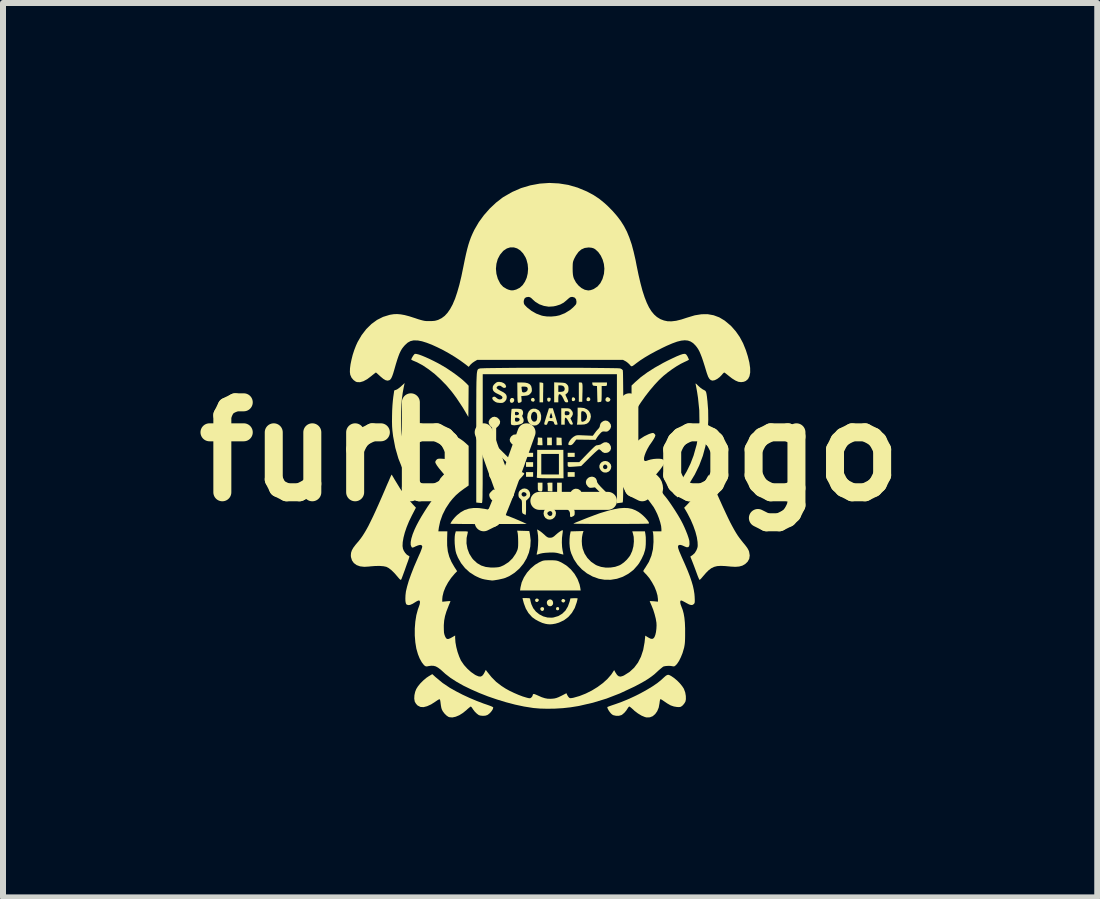
<source format=kicad_pcb>
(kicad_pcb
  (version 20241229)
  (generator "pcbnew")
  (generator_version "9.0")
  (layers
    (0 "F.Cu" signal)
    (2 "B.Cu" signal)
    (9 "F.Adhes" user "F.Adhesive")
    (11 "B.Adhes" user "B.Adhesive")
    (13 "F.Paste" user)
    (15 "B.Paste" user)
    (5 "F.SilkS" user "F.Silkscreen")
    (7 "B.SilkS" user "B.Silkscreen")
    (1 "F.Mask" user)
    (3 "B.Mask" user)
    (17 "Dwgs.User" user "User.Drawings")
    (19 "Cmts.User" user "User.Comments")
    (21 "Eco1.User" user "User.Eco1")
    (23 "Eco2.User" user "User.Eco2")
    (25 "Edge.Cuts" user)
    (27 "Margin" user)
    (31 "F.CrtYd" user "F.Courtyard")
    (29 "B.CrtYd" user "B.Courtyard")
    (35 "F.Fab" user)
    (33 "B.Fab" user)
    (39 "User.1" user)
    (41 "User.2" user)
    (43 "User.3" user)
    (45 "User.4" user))
  (footprint "furby_logo"
    (layer "F.Cu")
    (at 6.121 4.479)
    (property "Reference" "furby_logo" (at 0 0 0) (layer "F.SilkS") (effects (font (size 1.5 1.5) (thickness 0.3))))
    (attr board_only exclude_from_pos_files exclude_from_bom)
    (fp_poly (pts (xy -0.283 0.054) (xy -0.283 0.088) (xy -0.347 0.088) (xy -0.41 0.088) (xy -0.41 0.054) (xy -0.41 0.02) (xy -0.347 0.02) (xy -0.283 0.02)) (stroke (width 0) (type solid)) (fill yes) (layer "F.SilkS"))
    (fp_poly (pts (xy -0.283 0.215) (xy -0.283 0.254) (xy -0.342 0.254) (xy -0.401 0.254) (xy -0.401 0.215) (xy -0.401 0.176) (xy -0.342 0.176) (xy -0.283 0.176)) (stroke (width 0) (type solid)) (fill yes) (layer "F.SilkS"))
    (fp_poly (pts (xy -0.283 0.381) (xy -0.283 0.42) (xy -0.342 0.42) (xy -0.401 0.42) (xy -0.401 0.381) (xy -0.401 0.342) (xy -0.342 0.342) (xy -0.283 0.342)) (stroke (width 0) (type solid)) (fill yes) (layer "F.SilkS"))
    (fp_poly (pts (xy 0.029 -0.171) (xy 0.029 -0.107) (xy -0.01 -0.107) (xy -0.049 -0.107) (xy -0.049 -0.171) (xy -0.049 -0.234) (xy -0.01 -0.234) (xy 0.029 -0.234)) (stroke (width 0) (type solid)) (fill yes) (layer "F.SilkS"))
    (fp_poly (pts (xy 0.149 -0.233) (xy 0.191 -0.23) (xy 0.193 -0.169) (xy 0.196 -0.107) (xy 0.152 -0.107) (xy 0.107 -0.107) (xy 0.107 -0.172) (xy 0.107 -0.236)) (stroke (width 0) (type solid)) (fill yes) (layer "F.SilkS"))
    (fp_poly (pts (xy 0.41 0.054) (xy 0.41 0.088) (xy 0.352 0.088) (xy 0.293 0.088) (xy 0.293 0.054) (xy 0.293 0.02) (xy 0.352 0.02) (xy 0.41 0.02)) (stroke (width 0) (type solid)) (fill yes) (layer "F.SilkS"))
    (fp_poly (pts (xy 0.41 0.381) (xy 0.41 0.42) (xy 0.352 0.42) (xy 0.293 0.42) (xy 0.293 0.381) (xy 0.293 0.342) (xy 0.352 0.342) (xy 0.41 0.342)) (stroke (width 0) (type solid)) (fill yes) (layer "F.SilkS"))
    (fp_poly (pts (xy 0.147 2.599) (xy 0.151 2.618) (xy 0.146 2.638) (xy 0.129 2.646) (xy 0.109 2.642) (xy 0.101 2.633) (xy 0.099 2.609) (xy 0.111 2.594) (xy 0.129 2.591)) (stroke (width 0) (type solid)) (fill yes) (layer "F.SilkS"))
    (fp_poly (pts (xy -0.277 -0.894) (xy -0.268 -0.889) (xy -0.257 -0.869) (xy -0.258 -0.849) (xy -0.272 -0.834) (xy -0.279 -0.832) (xy -0.302 -0.837) (xy -0.312 -0.844) (xy -0.32 -0.865) (xy -0.313 -0.884) (xy -0.298 -0.895)) (stroke (width 0) (type solid)) (fill yes) (layer "F.SilkS"))
    (fp_poly (pts (xy -0.207 2.452) (xy -0.199 2.457) (xy -0.187 2.471) (xy -0.191 2.487) (xy -0.192 2.488) (xy -0.21 2.506) (xy -0.231 2.507) (xy -0.243 2.498) (xy -0.251 2.477) (xy -0.244 2.46) (xy -0.228 2.45)) (stroke (width 0) (type solid)) (fill yes) (layer "F.SilkS"))
    (fp_poly (pts (xy 0.657 -0.9) (xy 0.67 -0.88) (xy 0.669 -0.86) (xy 0.656 -0.845) (xy 0.636 -0.84) (xy 0.616 -0.845) (xy 0.61 -0.85) (xy 0.607 -0.87) (xy 0.613 -0.892) (xy 0.626 -0.906) (xy 0.634 -0.909)) (stroke (width 0) (type solid)) (fill yes) (layer "F.SilkS"))
    (fp_poly (pts (xy -0.603 -0.881) (xy -0.597 -0.86) (xy -0.604 -0.836) (xy -0.611 -0.826) (xy -0.634 -0.812) (xy -0.656 -0.817) (xy -0.664 -0.825) (xy -0.672 -0.848) (xy -0.666 -0.873) (xy -0.651 -0.891) (xy -0.644 -0.894) (xy -0.62 -0.894)) (stroke (width 0) (type solid)) (fill yes) (layer "F.SilkS"))
    (fp_poly (pts (xy -0.118 2.594) (xy -0.103 2.606) (xy -0.1 2.626) (xy -0.107 2.645) (xy -0.124 2.656) (xy -0.132 2.657) (xy -0.148 2.651) (xy -0.154 2.646) (xy -0.164 2.625) (xy -0.159 2.606) (xy -0.143 2.594) (xy -0.119 2.593)) (stroke (width 0) (type solid)) (fill yes) (layer "F.SilkS"))
    (fp_poly (pts (xy 0.226 2.458) (xy 0.24 2.466) (xy 0.253 2.48) (xy 0.249 2.496) (xy 0.248 2.497) (xy 0.232 2.515) (xy 0.213 2.515) (xy 0.2 2.507) (xy 0.187 2.492) (xy 0.19 2.477) (xy 0.191 2.475) (xy 0.208 2.457)) (stroke (width 0) (type solid)) (fill yes) (layer "F.SilkS"))
    (fp_poly (pts (xy 0.396 -0.904) (xy 0.413 -0.89) (xy 0.418 -0.868) (xy 0.418 -0.865) (xy 0.408 -0.849) (xy 0.389 -0.841) (xy 0.371 -0.844) (xy 0.368 -0.846) (xy 0.362 -0.863) (xy 0.363 -0.886) (xy 0.372 -0.902) (xy 0.376 -0.905)) (stroke (width 0) (type solid)) (fill yes) (layer "F.SilkS"))
    (fp_poly (pts (xy -0.169 -0.233) (xy -0.132 -0.23) (xy -0.129 -0.169) (xy -0.126 -0.107) (xy -0.172 -0.107) (xy -0.199 -0.109) (xy -0.211 -0.113) (xy -0.211 -0.122) (xy -0.211 -0.123) (xy -0.208 -0.141) (xy -0.205 -0.171) (xy -0.205 -0.187) (xy -0.205 -0.236)) (stroke (width 0) (type solid)) (fill yes) (layer "F.SilkS"))
    (fp_poly (pts (xy -0.127 0.591) (xy -0.128 0.631) (xy -0.132 0.654) (xy -0.143 0.664) (xy -0.163 0.663) (xy -0.188 0.658) (xy -0.197 0.652) (xy -0.203 0.638) (xy -0.205 0.612) (xy -0.205 0.585) (xy -0.205 0.518) (xy -0.166 0.518) (xy -0.127 0.518)) (stroke (width 0) (type solid)) (fill yes) (layer "F.SilkS"))
    (fp_poly (pts (xy 0.002 -0.896) (xy 0.009 -0.885) (xy 0.01 -0.876) (xy 0.005 -0.853) (xy -0.002 -0.842) (xy -0.015 -0.832) (xy -0.029 -0.834) (xy -0.037 -0.837) (xy -0.045 -0.849) (xy -0.049 -0.87) (xy -0.046 -0.89) (xy -0.035 -0.898) (xy -0.02 -0.899)) (stroke (width 0) (type solid)) (fill yes) (layer "F.SilkS"))
    (fp_poly (pts (xy 0.015 2.466) (xy 0.036 2.48) (xy 0.049 2.506) (xy 0.05 2.536) (xy 0.045 2.551) (xy 0.026 2.572) (xy -0.001 2.579) (xy -0.028 2.571) (xy -0.044 2.555) (xy -0.055 2.525) (xy -0.051 2.496) (xy -0.034 2.475) (xy -0.007 2.464)) (stroke (width 0) (type solid)) (fill yes) (layer "F.SilkS"))
    (fp_poly (pts (xy 0.039 0.591) (xy 0.039 0.665) (xy 0 0.663) (xy -0.039 0.66) (xy -0.039 0.605) (xy -0.04 0.571) (xy -0.043 0.544) (xy -0.045 0.533) (xy -0.045 0.524) (xy -0.034 0.519) (xy -0.008 0.518) (xy -0.006 0.518) (xy 0.039 0.518)) (stroke (width 0) (type solid)) (fill yes) (layer "F.SilkS"))
    (fp_poly (pts (xy 0.977 -0.902) (xy 0.996 -0.888) (xy 1.006 -0.871) (xy 1.006 -0.87) (xy 0.998 -0.846) (xy 0.979 -0.832) (xy 0.954 -0.83) (xy 0.932 -0.841) (xy 0.928 -0.845) (xy 0.922 -0.866) (xy 0.928 -0.888) (xy 0.943 -0.905) (xy 0.956 -0.909)) (stroke (width 0) (type solid)) (fill yes) (layer "F.SilkS"))
    (fp_poly (pts (xy -0.144 -1.151) (xy -0.122 -1.146) (xy -0.113 -1.136) (xy -0.113 -1.136) (xy -0.114 -1.122) (xy -0.114 -1.093) (xy -0.115 -1.051) (xy -0.115 -1.001) (xy -0.116 -0.972) (xy -0.117 -0.821) (xy -0.147 -0.821) (xy -0.176 -0.821) (xy -0.176 -0.987) (xy -0.176 -1.154)) (stroke (width 0) (type solid)) (fill yes) (layer "F.SilkS"))
    (fp_poly (pts (xy 0.52 -1.152) (xy 0.529 -1.148) (xy 0.535 -1.139) (xy 0.539 -1.121) (xy 0.541 -1.093) (xy 0.541 -1.051) (xy 0.54 -0.993) (xy 0.539 -0.97) (xy 0.536 -0.83) (xy 0.507 -0.83) (xy 0.479 -0.83) (xy 0.479 -0.992) (xy 0.479 -1.153) (xy 0.507 -1.153)) (stroke (width 0) (type solid)) (fill yes) (layer "F.SilkS"))
    (fp_poly (pts (xy 0.049 1.812) (xy 0.084 1.814) (xy 0.111 1.818) (xy 0.136 1.825) (xy 0.164 1.837) (xy 0.186 1.847) (xy 0.269 1.897) (xy 0.344 1.962) (xy 0.407 2.038) (xy 0.457 2.123) (xy 0.491 2.213) (xy 0.503 2.269) (xy 0.51 2.315) (xy 0.005 2.315) (xy -0.501 2.315) (xy -0.494 2.266) (xy -0.474 2.181) (xy -0.437 2.098) (xy -0.385 2.018) (xy -0.322 1.947) (xy -0.251 1.887) (xy -0.186 1.848) (xy -0.154 1.833) (xy -0.129 1.822) (xy -0.105 1.816) (xy -0.076 1.813) (xy -0.038 1.812) (xy -0.001 1.812)) (stroke (width 0) (type solid)) (fill yes) (layer "F.SilkS"))
    (fp_poly (pts (xy 0.195 0.638) (xy 0.195 0.757) (xy 0.303 0.865) (xy 0.344 0.905) (xy 0.372 0.935) (xy 0.391 0.957) (xy 0.403 0.974) (xy 0.408 0.989) (xy 0.41 1.004) (xy 0.41 1.018) (xy 0.409 1.047) (xy 0.402 1.064) (xy 0.388 1.076) (xy 0.381 1.079) (xy 0.354 1.091) (xy 0.34 1.09) (xy 0.333 1.074) (xy 0.332 1.047) (xy 0.332 1.029) (xy 0.329 1.014) (xy 0.323 0.999) (xy 0.31 0.982) (xy 0.289 0.959) (xy 0.258 0.927) (xy 0.225 0.895) (xy 0.117 0.79) (xy 0.117 0.654) (xy 0.117 0.518) (xy 0.156 0.518) (xy 0.195 0.518)) (stroke (width 0) (type solid)) (fill yes) (layer "F.SilkS"))
    (fp_poly (pts (xy 0.948 -1.123) (xy 0.946 -1.105) (xy 0.939 -1.097) (xy 0.92 -1.094) (xy 0.904 -1.094) (xy 0.86 -1.094) (xy 0.86 -0.962) (xy 0.859 -0.906) (xy 0.858 -0.867) (xy 0.855 -0.843) (xy 0.85 -0.832) (xy 0.847 -0.83) (xy 0.829 -0.828) (xy 0.813 -0.824) (xy 0.796 -0.823) (xy 0.79 -0.827) (xy 0.789 -0.84) (xy 0.788 -0.867) (xy 0.787 -0.894) (xy 0.786 -0.936) (xy 0.785 -0.985) (xy 0.784 -1.023) (xy 0.782 -1.093) (xy 0.745 -1.096) (xy 0.72 -1.1) (xy 0.709 -1.11) (xy 0.705 -1.126) (xy 0.702 -1.153) (xy 0.825 -1.153) (xy 0.948 -1.153)) (stroke (width 0) (type solid)) (fill yes) (layer "F.SilkS"))
    (fp_poly (pts (xy 0.222 0.208) (xy 0.224 0.445) (xy 0.003 0.445) (xy -0.073 0.444) (xy -0.135 0.443) (xy -0.181 0.441) (xy -0.21 0.438) (xy -0.221 0.435) (xy -0.221 0.435) (xy -0.222 0.418) (xy -0.22 0.405) (xy -0.219 0.39) (xy -0.218 0.358) (xy -0.217 0.314) (xy -0.216 0.259) (xy -0.216 0.21) (xy -0.147 0.21) (xy -0.147 0.381) (xy 0 0.381) (xy 0.147 0.381) (xy 0.147 0.21) (xy 0.147 0.039) (xy 0 0.039) (xy -0.147 0.039) (xy -0.147 0.21) (xy -0.216 0.21) (xy -0.216 0.198) (xy -0.216 0.178) (xy -0.215 -0.029) (xy 0.003 -0.029) (xy 0.221 -0.029)) (stroke (width 0) (type solid)) (fill yes) (layer "F.SilkS"))
    (fp_poly (pts (xy -0.534 -0.276) (xy -0.523 -0.268) (xy -0.505 -0.256) (xy -0.49 -0.247) (xy -0.473 -0.237) (xy -0.446 -0.224) (xy -0.427 -0.215) (xy -0.397 -0.196) (xy -0.371 -0.172) (xy -0.353 -0.148) (xy -0.345 -0.126) (xy -0.347 -0.117) (xy -0.362 -0.109) (xy -0.385 -0.108) (xy -0.409 -0.114) (xy -0.421 -0.123) (xy -0.439 -0.139) (xy -0.46 -0.152) (xy -0.477 -0.159) (xy -0.491 -0.157) (xy -0.508 -0.142) (xy -0.513 -0.136) (xy -0.548 -0.112) (xy -0.586 -0.106) (xy -0.624 -0.119) (xy -0.646 -0.136) (xy -0.669 -0.17) (xy -0.673 -0.205) (xy -0.658 -0.241) (xy -0.646 -0.256) (xy -0.612 -0.281) (xy -0.574 -0.287)) (stroke (width 0) (type solid)) (fill yes) (layer "F.SilkS"))
    (fp_poly (pts (xy -1.187 0.941) (xy -1.089 0.955) (xy -0.978 0.98) (xy -0.918 0.997) (xy -0.859 1.016) (xy -0.787 1.041) (xy -0.709 1.071) (xy -0.628 1.102) (xy -0.551 1.134) (xy -0.482 1.164) (xy -0.465 1.171) (xy -0.389 1.206) (xy -1.025 1.208) (xy -1.134 1.208) (xy -1.238 1.208) (xy -1.334 1.207) (xy -1.42 1.207) (xy -1.496 1.206) (xy -1.56 1.205) (xy -1.609 1.205) (xy -1.643 1.204) (xy -1.659 1.203) (xy -1.661 1.202) (xy -1.654 1.185) (xy -1.638 1.159) (xy -1.614 1.127) (xy -1.586 1.094) (xy -1.557 1.065) (xy -1.552 1.06) (xy -1.49 1.011) (xy -1.424 0.974) (xy -1.353 0.951) (xy -1.275 0.94)) (stroke (width 0) (type solid)) (fill yes) (layer "F.SilkS"))
    (fp_poly (pts (xy 0.455 0.621) (xy 0.477 0.629) (xy 0.507 0.65) (xy 0.522 0.678) (xy 0.528 0.719) (xy 0.528 0.723) (xy 0.519 0.764) (xy 0.497 0.795) (xy 0.466 0.814) (xy 0.429 0.821) (xy 0.392 0.813) (xy 0.361 0.792) (xy 0.338 0.758) (xy 0.332 0.722) (xy 0.333 0.714) (xy 0.4 0.714) (xy 0.403 0.736) (xy 0.418 0.751) (xy 0.436 0.76) (xy 0.449 0.757) (xy 0.463 0.743) (xy 0.475 0.719) (xy 0.47 0.696) (xy 0.451 0.68) (xy 0.448 0.679) (xy 0.426 0.679) (xy 0.409 0.693) (xy 0.4 0.714) (xy 0.333 0.714) (xy 0.339 0.687) (xy 0.357 0.655) (xy 0.384 0.632) (xy 0.418 0.619)) (stroke (width 0) (type solid)) (fill yes) (layer "F.SilkS"))
    (fp_poly (pts (xy 0.735 0.426) (xy 0.763 0.448) (xy 0.779 0.481) (xy 0.782 0.501) (xy 0.788 0.518) (xy 0.806 0.544) (xy 0.838 0.58) (xy 0.869 0.612) (xy 0.957 0.7) (xy 0.957 0.793) (xy 0.957 0.887) (xy 0.927 0.898) (xy 0.903 0.905) (xy 0.888 0.909) (xy 0.887 0.909) (xy 0.883 0.899) (xy 0.881 0.875) (xy 0.88 0.84) (xy 0.88 0.82) (xy 0.882 0.731) (xy 0.815 0.663) (xy 0.748 0.596) (xy 0.702 0.602) (xy 0.672 0.604) (xy 0.652 0.6) (xy 0.634 0.586) (xy 0.626 0.578) (xy 0.602 0.543) (xy 0.596 0.506) (xy 0.606 0.47) (xy 0.633 0.439) (xy 0.661 0.424) (xy 0.699 0.417)) (stroke (width 0) (type solid)) (fill yes) (layer "F.SilkS"))
    (fp_poly (pts (xy -0.88 0.295) (xy -0.877 0.296) (xy -0.842 0.318) (xy -0.823 0.351) (xy -0.819 0.388) (xy -0.827 0.426) (xy -0.852 0.455) (xy -0.891 0.472) (xy -0.912 0.476) (xy -0.942 0.478) (xy -0.962 0.472) (xy -0.982 0.456) (xy -0.986 0.451) (xy -1.011 0.416) (xy -1.016 0.385) (xy -0.957 0.385) (xy -0.949 0.405) (xy -0.928 0.417) (xy -0.909 0.418) (xy -0.891 0.412) (xy -0.884 0.396) (xy -0.884 0.387) (xy -0.89 0.359) (xy -0.905 0.346) (xy -0.926 0.348) (xy -0.937 0.356) (xy -0.952 0.373) (xy -0.957 0.385) (xy -1.016 0.385) (xy -1.018 0.378) (xy -1.007 0.343) (xy -0.986 0.318) (xy -0.95 0.294) (xy -0.916 0.287)) (stroke (width 0) (type solid)) (fill yes) (layer "F.SilkS"))
    (fp_poly (pts (xy 0.04 0.945) (xy 0.072 0.969) (xy 0.093 1) (xy 0.098 1.027) (xy 0.09 1.069) (xy 0.068 1.102) (xy 0.037 1.125) (xy -0.000031 1.134) (xy -0.038 1.13) (xy -0.074 1.109) (xy -0.079 1.105) (xy -0.101 1.071) (xy -0.108 1.037) (xy -0.046 1.037) (xy -0.033 1.057) (xy -0.009 1.073) (xy 0.016 1.071) (xy 0.027 1.063) (xy 0.038 1.04) (xy 0.035 1.015) (xy 0.02 0.997) (xy 0.019 0.996) (xy -0.001 0.991) (xy -0.023 1) (xy -0.025 1.001) (xy -0.045 1.019) (xy -0.046 1.037) (xy -0.108 1.037) (xy -0.109 1.033) (xy -0.103 0.995) (xy -0.085 0.962) (xy -0.057 0.939) (xy -0.039 0.933) (xy 0.002 0.932)) (stroke (width 0) (type solid)) (fill yes) (layer "F.SilkS"))
    (fp_poly (pts (xy 0.956 0.163) (xy 0.985 0.181) (xy 1.011 0.212) (xy 1.02 0.247) (xy 1.015 0.282) (xy 0.999 0.313) (xy 0.973 0.336) (xy 0.939 0.349) (xy 0.9 0.348) (xy 0.883 0.342) (xy 0.863 0.329) (xy 0.842 0.308) (xy 0.842 0.307) (xy 0.823 0.272) (xy 0.823 0.263) (xy 0.882 0.263) (xy 0.892 0.282) (xy 0.913 0.293) (xy 0.918 0.293) (xy 0.939 0.286) (xy 0.947 0.279) (xy 0.956 0.257) (xy 0.95 0.236) (xy 0.935 0.22) (xy 0.915 0.216) (xy 0.901 0.221) (xy 0.885 0.24) (xy 0.882 0.263) (xy 0.823 0.263) (xy 0.821 0.237) (xy 0.833 0.205) (xy 0.855 0.179) (xy 0.885 0.162) (xy 0.92 0.156)) (stroke (width 0) (type solid)) (fill yes) (layer "F.SilkS"))
    (fp_poly (pts (xy -0.888 -0.571) (xy -0.881 -0.567) (xy -0.848 -0.537) (xy -0.833 -0.503) (xy -0.837 -0.467) (xy -0.86 -0.43) (xy -0.87 -0.42) (xy -0.899 -0.393) (xy -0.899 -0.248) (xy -0.899 -0.102) (xy -0.755 0.041) (xy -0.611 0.185) (xy -0.523 0.188) (xy -0.481 0.189) (xy -0.455 0.192) (xy -0.44 0.196) (xy -0.434 0.203) (xy -0.431 0.214) (xy -0.434 0.235) (xy -0.441 0.245) (xy -0.456 0.249) (xy -0.486 0.252) (xy -0.525 0.253) (xy -0.552 0.254) (xy -0.65 0.254) (xy -0.809 0.095) (xy -0.967 -0.065) (xy -0.967 -0.232) (xy -0.967 -0.399) (xy -0.996 -0.428) (xy -1.02 -0.463) (xy -1.025 -0.498) (xy -1.01 -0.533) (xy -0.999 -0.547) (xy -0.964 -0.574) (xy -0.927 -0.582)) (stroke (width 0) (type solid)) (fill yes) (layer "F.SilkS"))
    (fp_poly (pts (xy 2.248 -1.63) (xy 2.268 -1.62) (xy 2.287 -1.593) (xy 2.293 -1.583) (xy 2.305 -1.556) (xy 2.313 -1.538) (xy 2.315 -1.533) (xy 2.307 -1.527) (xy 2.285 -1.515) (xy 2.253 -1.5) (xy 2.24 -1.494) (xy 2.179 -1.464) (xy 2.109 -1.423) (xy 2.035 -1.374) (xy 1.961 -1.32) (xy 1.893 -1.265) (xy 1.888 -1.261) (xy 1.816 -1.194) (xy 1.74 -1.112) (xy 1.662 -1.02) (xy 1.585 -0.921) (xy 1.513 -0.819) (xy 1.447 -0.718) (xy 1.42 -0.671) (xy 1.358 -0.563) (xy 1.358 -0.832) (xy 1.358 -1.101) (xy 1.419 -1.159) (xy 1.512 -1.241) (xy 1.62 -1.32) (xy 1.744 -1.399) (xy 1.886 -1.479) (xy 1.954 -1.514) (xy 2.041 -1.556) (xy 2.112 -1.589) (xy 2.168 -1.612) (xy 2.211 -1.626) (xy 2.24 -1.63)) (stroke (width 0) (type solid)) (fill yes) (layer "F.SilkS"))
    (fp_poly (pts (xy -0.242 -0.714) (xy -0.232 -0.711) (xy -0.191 -0.69) (xy -0.165 -0.657) (xy -0.151 -0.609) (xy -0.149 -0.594) (xy -0.151 -0.539) (xy -0.167 -0.494) (xy -0.193 -0.46) (xy -0.228 -0.439) (xy -0.269 -0.434) (xy -0.31 -0.444) (xy -0.346 -0.47) (xy -0.37 -0.51) (xy -0.381 -0.563) (xy -0.381 -0.576) (xy -0.379 -0.592) (xy -0.318 -0.592) (xy -0.317 -0.557) (xy -0.306 -0.528) (xy -0.289 -0.507) (xy -0.268 -0.498) (xy -0.244 -0.503) (xy -0.23 -0.514) (xy -0.22 -0.535) (xy -0.215 -0.568) (xy -0.216 -0.603) (xy -0.223 -0.633) (xy -0.231 -0.646) (xy -0.256 -0.664) (xy -0.281 -0.662) (xy -0.302 -0.643) (xy -0.309 -0.629) (xy -0.318 -0.592) (xy -0.379 -0.592) (xy -0.374 -0.63) (xy -0.354 -0.672) (xy -0.324 -0.702) (xy -0.286 -0.716)) (stroke (width 0) (type solid)) (fill yes) (layer "F.SilkS"))
    (fp_poly (pts (xy -2.227 -1.628) (xy -2.187 -1.618) (xy -2.135 -1.599) (xy -2.075 -1.574) (xy -2.008 -1.544) (xy -1.937 -1.509) (xy -1.865 -1.472) (xy -1.795 -1.432) (xy -1.728 -1.392) (xy -1.695 -1.37) (xy -1.611 -1.313) (xy -1.534 -1.256) (xy -1.467 -1.203) (xy -1.413 -1.154) (xy -1.394 -1.136) (xy -1.358 -1.098) (xy -1.36 -0.838) (xy -1.363 -0.578) (xy -1.407 -0.653) (xy -1.454 -0.732) (xy -1.508 -0.814) (xy -1.562 -0.895) (xy -1.615 -0.967) (xy -1.641 -1.001) (xy -1.73 -1.106) (xy -1.826 -1.204) (xy -1.924 -1.294) (xy -2.025 -1.372) (xy -2.123 -1.438) (xy -2.218 -1.489) (xy -2.254 -1.504) (xy -2.285 -1.517) (xy -2.307 -1.528) (xy -2.315 -1.534) (xy -2.315 -1.534) (xy -2.309 -1.553) (xy -2.295 -1.579) (xy -2.279 -1.604) (xy -2.263 -1.623) (xy -2.253 -1.63)) (stroke (width 0) (type solid)) (fill yes) (layer "F.SilkS"))
    (fp_poly (pts (xy -0.457 0.346) (xy -0.436 0.358) (xy -0.43 0.37) (xy -0.437 0.381) (xy -0.455 0.404) (xy -0.484 0.436) (xy -0.521 0.476) (xy -0.564 0.52) (xy -0.594 0.55) (xy -0.647 0.602) (xy -0.688 0.643) (xy -0.72 0.672) (xy -0.744 0.692) (xy -0.761 0.705) (xy -0.775 0.711) (xy -0.786 0.713) (xy -0.787 0.713) (xy -0.808 0.715) (xy -0.819 0.726) (xy -0.829 0.75) (xy -0.829 0.752) (xy -0.842 0.781) (xy -0.858 0.803) (xy -0.862 0.806) (xy -0.896 0.819) (xy -0.936 0.819) (xy -0.972 0.806) (xy -0.982 0.799) (xy -1.003 0.769) (xy -1.013 0.74) (xy -1.015 0.717) (xy -1.009 0.699) (xy -0.993 0.678) (xy -0.983 0.668) (xy -0.947 0.633) (xy -0.874 0.64) (xy -0.802 0.646) (xy -0.652 0.494) (xy -0.608 0.45) (xy -0.567 0.41) (xy -0.533 0.378) (xy -0.507 0.355) (xy -0.491 0.343) (xy -0.488 0.342)) (stroke (width 0) (type solid)) (fill yes) (layer "F.SilkS"))
    (fp_poly (pts (xy 0.568 -0.726) (xy 0.616 -0.704) (xy 0.647 -0.676) (xy 0.673 -0.631) (xy 0.68 -0.582) (xy 0.668 -0.53) (xy 0.666 -0.525) (xy 0.644 -0.49) (xy 0.614 -0.466) (xy 0.571 -0.453) (xy 0.513 -0.449) (xy 0.513 -0.449) (xy 0.447 -0.449) (xy 0.453 -0.486) (xy 0.455 -0.511) (xy 0.457 -0.55) (xy 0.458 -0.586) (xy 0.518 -0.586) (xy 0.518 -0.545) (xy 0.519 -0.519) (xy 0.523 -0.505) (xy 0.529 -0.499) (xy 0.54 -0.498) (xy 0.543 -0.498) (xy 0.567 -0.505) (xy 0.591 -0.521) (xy 0.591 -0.522) (xy 0.61 -0.552) (xy 0.616 -0.587) (xy 0.609 -0.621) (xy 0.592 -0.65) (xy 0.566 -0.669) (xy 0.543 -0.674) (xy 0.531 -0.673) (xy 0.524 -0.669) (xy 0.52 -0.657) (xy 0.518 -0.634) (xy 0.518 -0.595) (xy 0.518 -0.586) (xy 0.458 -0.586) (xy 0.459 -0.596) (xy 0.459 -0.628) (xy 0.459 -0.733) (xy 0.508 -0.733)) (stroke (width 0) (type solid)) (fill yes) (layer "F.SilkS"))
    (fp_poly (pts (xy 0.973 -0.143) (xy 0.991 -0.126) (xy 1.012 -0.089) (xy 1.016 -0.052) (xy 1.004 -0.018) (xy 0.977 0.008) (xy 0.951 0.019) (xy 0.91 0.023) (xy 0.875 0.009) (xy 0.852 -0.014) (xy 0.833 -0.031) (xy 0.816 -0.039) (xy 0.815 -0.039) (xy 0.803 -0.032) (xy 0.78 -0.014) (xy 0.748 0.015) (xy 0.71 0.051) (xy 0.667 0.092) (xy 0.658 0.101) (xy 0.518 0.241) (xy 0.437 0.248) (xy 0.382 0.252) (xy 0.343 0.254) (xy 0.317 0.254) (xy 0.302 0.25) (xy 0.295 0.242) (xy 0.293 0.229) (xy 0.293 0.215) (xy 0.293 0.176) (xy 0.39 0.176) (xy 0.486 0.176) (xy 0.623 0.034) (xy 0.67 -0.014) (xy 0.706 -0.05) (xy 0.732 -0.075) (xy 0.752 -0.092) (xy 0.767 -0.102) (xy 0.78 -0.106) (xy 0.793 -0.107) (xy 0.796 -0.107) (xy 0.838 -0.117) (xy 0.861 -0.132) (xy 0.899 -0.153) (xy 0.937 -0.157)) (stroke (width 0) (type solid)) (fill yes) (layer "F.SilkS"))
    (fp_poly (pts (xy 0.087 -0.59) (xy 0.101 -0.542) (xy 0.113 -0.502) (xy 0.121 -0.472) (xy 0.125 -0.455) (xy 0.125 -0.453) (xy 0.113 -0.45) (xy 0.098 -0.447) (xy 0.081 -0.449) (xy 0.07 -0.464) (xy 0.067 -0.475) (xy 0.06 -0.495) (xy 0.048 -0.504) (xy 0.024 -0.509) (xy 0.015 -0.51) (xy -0.013 -0.511) (xy -0.027 -0.506) (xy -0.036 -0.493) (xy -0.04 -0.481) (xy -0.05 -0.456) (xy -0.061 -0.446) (xy -0.078 -0.447) (xy -0.084 -0.448) (xy -0.092 -0.451) (xy -0.096 -0.457) (xy -0.097 -0.468) (xy -0.093 -0.487) (xy -0.084 -0.517) (xy -0.07 -0.562) (xy -0.069 -0.566) (xy -0.007 -0.566) (xy 0.002 -0.558) (xy 0.015 -0.557) (xy 0.033 -0.561) (xy 0.039 -0.57) (xy 0.036 -0.588) (xy 0.029 -0.613) (xy 0.028 -0.616) (xy 0.016 -0.649) (xy 0.004 -0.615) (xy -0.006 -0.583) (xy -0.007 -0.566) (xy -0.069 -0.566) (xy -0.062 -0.589) (xy -0.019 -0.723) (xy 0.013 -0.723) (xy 0.045 -0.723)) (stroke (width 0) (type solid)) (fill yes) (layer "F.SilkS"))
    (fp_poly (pts (xy 1.302 0.942) (xy 1.365 0.955) (xy 1.423 0.978) (xy 1.474 1.006) (xy 1.511 1.033) (xy 1.549 1.065) (xy 1.584 1.099) (xy 1.613 1.132) (xy 1.636 1.162) (xy 1.648 1.185) (xy 1.647 1.199) (xy 1.647 1.199) (xy 1.636 1.201) (xy 1.607 1.202) (xy 1.562 1.203) (xy 1.503 1.204) (xy 1.431 1.205) (xy 1.347 1.205) (xy 1.254 1.206) (xy 1.153 1.206) (xy 1.045 1.206) (xy 1.011 1.206) (xy 0.902 1.206) (xy 0.8 1.206) (xy 0.705 1.206) (xy 0.62 1.205) (xy 0.545 1.204) (xy 0.483 1.204) (xy 0.436 1.203) (xy 0.404 1.202) (xy 0.389 1.201) (xy 0.389 1.2) (xy 0.401 1.194) (xy 0.429 1.181) (xy 0.469 1.165) (xy 0.519 1.145) (xy 0.574 1.123) (xy 0.632 1.1) (xy 0.691 1.078) (xy 0.746 1.057) (xy 0.795 1.039) (xy 0.835 1.025) (xy 0.845 1.022) (xy 0.962 0.987) (xy 1.064 0.961) (xy 1.153 0.945) (xy 1.232 0.939)) (stroke (width 0) (type solid)) (fill yes) (layer "F.SilkS"))
    (fp_poly (pts (xy -0.481 -1.153) (xy -0.417 -1.15) (xy -0.37 -1.14) (xy -0.337 -1.121) (xy -0.316 -1.094) (xy -0.306 -1.055) (xy -0.305 -1.047) (xy -0.304 -1.015) (xy -0.309 -0.994) (xy -0.324 -0.973) (xy -0.329 -0.968) (xy -0.347 -0.95) (xy -0.367 -0.939) (xy -0.395 -0.933) (xy -0.419 -0.931) (xy -0.481 -0.925) (xy -0.476 -0.877) (xy -0.474 -0.848) (xy -0.477 -0.832) (xy -0.487 -0.823) (xy -0.495 -0.82) (xy -0.512 -0.814) (xy -0.525 -0.812) (xy -0.533 -0.817) (xy -0.539 -0.83) (xy -0.542 -0.855) (xy -0.544 -0.893) (xy -0.545 -0.948) (xy -0.545 -0.982) (xy -0.546 -1.067) (xy -0.477 -1.067) (xy -0.475 -1.054) (xy -0.471 -1.026) (xy -0.469 -1.005) (xy -0.461 -0.991) (xy -0.442 -0.986) (xy -0.416 -0.99) (xy -0.393 -1.002) (xy -0.376 -1.024) (xy -0.372 -1.05) (xy -0.383 -1.073) (xy -0.399 -1.08) (xy -0.427 -1.084) (xy -0.438 -1.084) (xy -0.464 -1.084) (xy -0.476 -1.079) (xy -0.477 -1.067) (xy -0.546 -1.067) (xy -0.547 -1.153)) (stroke (width 0) (type solid)) (fill yes) (layer "F.SilkS"))
    (fp_poly (pts (xy -0.361 2.443) (xy -0.342 2.446) (xy -0.334 2.452) (xy -0.332 2.461) (xy -0.329 2.479) (xy -0.322 2.51) (xy -0.312 2.545) (xy -0.312 2.545) (xy -0.282 2.61) (xy -0.237 2.667) (xy -0.18 2.713) (xy -0.115 2.747) (xy -0.044 2.766) (xy 0.029 2.769) (xy 0.058 2.765) (xy 0.136 2.742) (xy 0.202 2.703) (xy 0.256 2.65) (xy 0.297 2.581) (xy 0.326 2.5) (xy 0.339 2.447) (xy 0.399 2.444) (xy 0.43 2.444) (xy 0.452 2.445) (xy 0.459 2.448) (xy 0.457 2.46) (xy 0.451 2.485) (xy 0.444 2.513) (xy 0.411 2.607) (xy 0.363 2.689) (xy 0.303 2.758) (xy 0.231 2.812) (xy 0.148 2.851) (xy 0.091 2.868) (xy 0.039 2.877) (xy -0.003 2.88) (xy -0.043 2.877) (xy -0.078 2.871) (xy -0.13 2.856) (xy -0.188 2.83) (xy -0.245 2.799) (xy -0.293 2.765) (xy -0.305 2.754) (xy -0.361 2.691) (xy -0.405 2.617) (xy -0.438 2.529) (xy -0.454 2.469) (xy -0.46 2.442) (xy -0.396 2.442)) (stroke (width 0) (type solid)) (fill yes) (layer "F.SilkS"))
    (fp_poly (pts (xy 0.292 -0.722) (xy 0.316 -0.719) (xy 0.334 -0.711) (xy 0.35 -0.697) (xy 0.352 -0.694) (xy 0.376 -0.66) (xy 0.38 -0.624) (xy 0.364 -0.587) (xy 0.36 -0.582) (xy 0.339 -0.555) (xy 0.36 -0.512) (xy 0.375 -0.479) (xy 0.38 -0.461) (xy 0.374 -0.452) (xy 0.359 -0.449) (xy 0.357 -0.449) (xy 0.342 -0.453) (xy 0.328 -0.466) (xy 0.312 -0.492) (xy 0.306 -0.505) (xy 0.289 -0.535) (xy 0.272 -0.557) (xy 0.261 -0.565) (xy 0.252 -0.564) (xy 0.247 -0.554) (xy 0.245 -0.532) (xy 0.244 -0.509) (xy 0.244 -0.449) (xy 0.215 -0.449) (xy 0.186 -0.449) (xy 0.186 -0.586) (xy 0.186 -0.64) (xy 0.244 -0.64) (xy 0.246 -0.617) (xy 0.254 -0.608) (xy 0.276 -0.606) (xy 0.278 -0.606) (xy 0.309 -0.611) (xy 0.321 -0.623) (xy 0.326 -0.647) (xy 0.314 -0.665) (xy 0.287 -0.674) (xy 0.278 -0.674) (xy 0.255 -0.673) (xy 0.246 -0.664) (xy 0.244 -0.642) (xy 0.244 -0.64) (xy 0.186 -0.64) (xy 0.186 -0.723) (xy 0.255 -0.723)) (stroke (width 0) (type solid)) (fill yes) (layer "F.SilkS"))
    (fp_poly (pts (xy 2.431 -1.134) (xy 2.446 -1.121) (xy 2.47 -1.097) (xy 2.501 -1.069) (xy 2.534 -1.044) (xy 2.559 -1.03) (xy 2.575 -1.022) (xy 2.587 -1.014) (xy 2.596 -1.002) (xy 2.603 -0.984) (xy 2.609 -0.955) (xy 2.615 -0.915) (xy 2.621 -0.858) (xy 2.623 -0.843) (xy 2.635 -0.69) (xy 2.637 -0.53) (xy 2.63 -0.37) (xy 2.613 -0.216) (xy 2.59 -0.091) (xy 2.546 0.072) (xy 2.486 0.231) (xy 2.413 0.381) (xy 2.328 0.522) (xy 2.231 0.648) (xy 2.188 0.696) (xy 2.125 0.764) (xy 2.104 0.741) (xy 2.083 0.715) (xy 2.067 0.692) (xy 2.06 0.68) (xy 2.058 0.669) (xy 2.062 0.656) (xy 2.075 0.636) (xy 2.097 0.606) (xy 2.11 0.588) (xy 2.201 0.458) (xy 2.277 0.331) (xy 2.34 0.202) (xy 2.392 0.066) (xy 2.394 0.059) (xy 2.444 -0.119) (xy 2.475 -0.303) (xy 2.49 -0.493) (xy 2.487 -0.69) (xy 2.466 -0.895) (xy 2.452 -0.987) (xy 2.444 -1.034) (xy 2.436 -1.076) (xy 2.43 -1.108) (xy 2.426 -1.123) (xy 2.425 -1.134)) (stroke (width 0) (type solid)) (fill yes) (layer "F.SilkS"))
    (fp_poly (pts (xy -0.39 0.622) (xy -0.36 0.643) (xy -0.339 0.676) (xy -0.332 0.714) (xy -0.335 0.743) (xy -0.346 0.765) (xy -0.366 0.787) (xy -0.401 0.819) (xy -0.401 0.937) (xy -0.401 0.983) (xy -0.403 1.02) (xy -0.405 1.045) (xy -0.408 1.055) (xy -0.408 1.055) (xy -0.421 1.05) (xy -0.442 1.04) (xy -0.442 1.04) (xy -0.454 1.033) (xy -0.461 1.025) (xy -0.466 1.011) (xy -0.468 0.989) (xy -0.469 0.954) (xy -0.469 0.917) (xy -0.469 0.87) (xy -0.47 0.838) (xy -0.473 0.818) (xy -0.479 0.804) (xy -0.488 0.794) (xy -0.498 0.785) (xy -0.518 0.765) (xy -0.526 0.743) (xy -0.528 0.716) (xy -0.527 0.711) (xy -0.477 0.711) (xy -0.47 0.732) (xy -0.452 0.748) (xy -0.433 0.75) (xy -0.41 0.742) (xy -0.397 0.73) (xy -0.392 0.709) (xy -0.402 0.691) (xy -0.421 0.679) (xy -0.443 0.675) (xy -0.464 0.684) (xy -0.469 0.689) (xy -0.477 0.711) (xy -0.527 0.711) (xy -0.524 0.683) (xy -0.512 0.659) (xy -0.499 0.644) (xy -0.464 0.621) (xy -0.427 0.614)) (stroke (width 0) (type solid)) (fill yes) (layer "F.SilkS"))
    (fp_poly (pts (xy 0.956 -0.512) (xy 0.984 -0.492) (xy 0.987 -0.489) (xy 1.011 -0.454) (xy 1.017 -0.416) (xy 1.003 -0.379) (xy 0.986 -0.359) (xy 0.965 -0.341) (xy 0.945 -0.333) (xy 0.917 -0.334) (xy 0.913 -0.335) (xy 0.887 -0.336) (xy 0.869 -0.332) (xy 0.851 -0.319) (xy 0.832 -0.299) (xy 0.807 -0.27) (xy 0.785 -0.24) (xy 0.777 -0.227) (xy 0.758 -0.196) (xy 0.597 -0.198) (xy 0.435 -0.2) (xy 0.401 -0.154) (xy 0.379 -0.127) (xy 0.361 -0.113) (xy 0.342 -0.108) (xy 0.335 -0.107) (xy 0.311 -0.111) (xy 0.303 -0.121) (xy 0.303 -0.124) (xy 0.31 -0.152) (xy 0.33 -0.185) (xy 0.357 -0.218) (xy 0.388 -0.245) (xy 0.397 -0.25) (xy 0.415 -0.261) (xy 0.431 -0.268) (xy 0.449 -0.272) (xy 0.473 -0.274) (xy 0.506 -0.273) (xy 0.554 -0.271) (xy 0.577 -0.27) (xy 0.712 -0.264) (xy 0.746 -0.31) (xy 0.769 -0.341) (xy 0.793 -0.368) (xy 0.805 -0.38) (xy 0.826 -0.41) (xy 0.83 -0.432) (xy 0.839 -0.465) (xy 0.862 -0.493) (xy 0.894 -0.512) (xy 0.923 -0.518)) (stroke (width 0) (type solid)) (fill yes) (layer "F.SilkS"))
    (fp_poly (pts (xy 0.161 -1.151) (xy 0.205 -1.149) (xy 0.234 -1.146) (xy 0.254 -1.141) (xy 0.268 -1.132) (xy 0.281 -1.121) (xy 0.298 -1.1) (xy 0.305 -1.078) (xy 0.307 -1.046) (xy 0.307 -1.044) (xy 0.305 -1.011) (xy 0.297 -0.989) (xy 0.281 -0.971) (xy 0.28 -0.971) (xy 0.254 -0.949) (xy 0.278 -0.897) (xy 0.295 -0.86) (xy 0.301 -0.837) (xy 0.298 -0.825) (xy 0.285 -0.821) (xy 0.276 -0.821) (xy 0.26 -0.823) (xy 0.248 -0.831) (xy 0.236 -0.85) (xy 0.221 -0.884) (xy 0.198 -0.927) (xy 0.176 -0.951) (xy 0.155 -0.956) (xy 0.147 -0.953) (xy 0.142 -0.94) (xy 0.138 -0.914) (xy 0.137 -0.884) (xy 0.137 -0.821) (xy 0.103 -0.821) (xy 0.068 -0.821) (xy 0.068 -0.988) (xy 0.068 -1.05) (xy 0.137 -1.05) (xy 0.137 -0.996) (xy 0.172 -0.996) (xy 0.201 -0.999) (xy 0.224 -1.006) (xy 0.225 -1.007) (xy 0.24 -1.024) (xy 0.244 -1.05) (xy 0.235 -1.077) (xy 0.228 -1.086) (xy 0.203 -1.1) (xy 0.174 -1.104) (xy 0.137 -1.104) (xy 0.137 -1.05) (xy 0.068 -1.05) (xy 0.068 -1.155)) (stroke (width 0) (type solid)) (fill yes) (layer "F.SilkS"))
    (fp_poly (pts (xy -0.188 1.313) (xy -0.166 1.327) (xy -0.136 1.35) (xy -0.104 1.378) (xy -0.099 1.382) (xy -0.069 1.41) (xy -0.046 1.426) (xy -0.027 1.434) (xy -0.005 1.436) (xy -0.000064 1.436) (xy 0.024 1.434) (xy 0.044 1.427) (xy 0.067 1.412) (xy 0.095 1.387) (xy 0.131 1.356) (xy 0.164 1.332) (xy 0.191 1.316) (xy 0.208 1.311) (xy 0.212 1.312) (xy 0.212 1.324) (xy 0.21 1.348) (xy 0.206 1.373) (xy 0.198 1.44) (xy 0.196 1.516) (xy 0.2 1.591) (xy 0.209 1.651) (xy 0.216 1.683) (xy 0.22 1.707) (xy 0.221 1.716) (xy 0.212 1.715) (xy 0.188 1.709) (xy 0.156 1.7) (xy 0.151 1.698) (xy 0.114 1.689) (xy 0.079 1.684) (xy 0.038 1.682) (xy -0.014 1.683) (xy -0.024 1.684) (xy -0.079 1.687) (xy -0.127 1.693) (xy -0.164 1.701) (xy -0.175 1.704) (xy -0.204 1.714) (xy -0.22 1.718) (xy -0.224 1.714) (xy -0.222 1.701) (xy -0.221 1.697) (xy -0.208 1.634) (xy -0.201 1.559) (xy -0.198 1.479) (xy -0.201 1.402) (xy -0.21 1.335) (xy -0.212 1.325) (xy -0.218 1.297)) (stroke (width 0) (type solid)) (fill yes) (layer "F.SilkS"))
    (fp_poly (pts (xy -2.439 -1.079) (xy -2.457 -0.981) (xy -2.47 -0.885) (xy -2.479 -0.784) (xy -2.484 -0.674) (xy -2.485 -0.557) (xy -2.484 -0.477) (xy -2.483 -0.413) (xy -2.481 -0.36) (xy -2.477 -0.314) (xy -2.472 -0.272) (xy -2.465 -0.228) (xy -2.464 -0.225) (xy -2.42 -0.035) (xy -2.359 0.145) (xy -2.282 0.315) (xy -2.188 0.476) (xy -2.121 0.572) (xy -2.094 0.608) (xy -2.072 0.639) (xy -2.057 0.661) (xy -2.052 0.67) (xy -2.057 0.681) (xy -2.07 0.702) (xy -2.088 0.725) (xy -2.105 0.747) (xy -2.117 0.76) (xy -2.12 0.762) (xy -2.13 0.755) (xy -2.148 0.738) (xy -2.17 0.716) (xy -2.284 0.58) (xy -2.382 0.434) (xy -2.464 0.279) (xy -2.53 0.113) (xy -2.581 -0.065) (xy -2.617 -0.254) (xy -2.629 -0.351) (xy -2.634 -0.419) (xy -2.636 -0.5) (xy -2.635 -0.59) (xy -2.633 -0.683) (xy -2.628 -0.773) (xy -2.621 -0.854) (xy -2.614 -0.913) (xy -2.608 -0.955) (xy -2.603 -0.989) (xy -2.6 -1.011) (xy -2.599 -1.017) (xy -2.59 -1.023) (xy -2.57 -1.029) (xy -2.55 -1.038) (xy -2.521 -1.058) (xy -2.49 -1.083) (xy -2.484 -1.089) (xy -2.425 -1.143)) (stroke (width 0) (type solid)) (fill yes) (layer "F.SilkS"))
    (fp_poly (pts (xy -0.805 -1.156) (xy -0.768 -1.139) (xy -0.743 -1.114) (xy -0.733 -1.083) (xy -0.733 -1.081) (xy -0.741 -1.068) (xy -0.759 -1.062) (xy -0.781 -1.065) (xy -0.797 -1.076) (xy -0.826 -1.097) (xy -0.856 -1.099) (xy -0.875 -1.09) (xy -0.89 -1.075) (xy -0.891 -1.059) (xy -0.874 -1.042) (xy -0.84 -1.021) (xy -0.827 -1.014) (xy -0.78 -0.99) (xy -0.75 -0.968) (xy -0.732 -0.947) (xy -0.724 -0.923) (xy -0.723 -0.906) (xy -0.728 -0.873) (xy -0.745 -0.846) (xy -0.751 -0.839) (xy -0.772 -0.822) (xy -0.794 -0.813) (xy -0.824 -0.811) (xy -0.832 -0.811) (xy -0.885 -0.817) (xy -0.915 -0.83) (xy -0.945 -0.853) (xy -0.962 -0.877) (xy -0.964 -0.897) (xy -0.951 -0.911) (xy -0.942 -0.914) (xy -0.92 -0.915) (xy -0.9 -0.901) (xy -0.894 -0.895) (xy -0.867 -0.876) (xy -0.837 -0.869) (xy -0.811 -0.876) (xy -0.801 -0.884) (xy -0.793 -0.903) (xy -0.802 -0.921) (xy -0.828 -0.94) (xy -0.857 -0.954) (xy -0.904 -0.977) (xy -0.934 -0.999) (xy -0.951 -1.022) (xy -0.957 -1.05) (xy -0.957 -1.058) (xy -0.954 -1.087) (xy -0.941 -1.111) (xy -0.924 -1.129) (xy -0.899 -1.151) (xy -0.874 -1.161) (xy -0.85 -1.163)) (stroke (width 0) (type solid)) (fill yes) (layer "F.SilkS"))
    (fp_poly (pts (xy 0.554 1.332) (xy 0.548 1.354) (xy 0.542 1.372) (xy 0.532 1.426) (xy 0.528 1.491) (xy 0.532 1.558) (xy 0.543 1.617) (xy 0.574 1.699) (xy 0.621 1.772) (xy 0.683 1.836) (xy 0.758 1.887) (xy 0.782 1.899) (xy 0.85 1.922) (xy 0.927 1.934) (xy 1.007 1.933) (xy 1.084 1.921) (xy 1.154 1.897) (xy 1.182 1.882) (xy 1.231 1.847) (xy 1.28 1.801) (xy 1.32 1.752) (xy 1.338 1.725) (xy 1.369 1.656) (xy 1.389 1.579) (xy 1.397 1.499) (xy 1.394 1.422) (xy 1.383 1.374) (xy 1.37 1.329) (xy 1.476 1.329) (xy 1.581 1.329) (xy 1.589 1.375) (xy 1.595 1.426) (xy 1.596 1.486) (xy 1.595 1.548) (xy 1.59 1.604) (xy 1.583 1.641) (xy 1.561 1.712) (xy 1.526 1.787) (xy 1.485 1.859) (xy 1.461 1.892) (xy 1.39 1.972) (xy 1.306 2.036) (xy 1.214 2.086) (xy 1.115 2.12) (xy 1.012 2.137) (xy 0.907 2.136) (xy 0.813 2.12) (xy 0.71 2.083) (xy 0.614 2.03) (xy 0.529 1.963) (xy 0.456 1.884) (xy 0.396 1.794) (xy 0.352 1.696) (xy 0.337 1.647) (xy 0.328 1.593) (xy 0.323 1.528) (xy 0.324 1.462) (xy 0.329 1.401) (xy 0.333 1.379) (xy 0.343 1.33) (xy 0.45 1.327) (xy 0.493 1.326) (xy 0.528 1.325) (xy 0.55 1.324) (xy 0.557 1.324)) (stroke (width 0) (type solid)) (fill yes) (layer "F.SilkS"))
    (fp_poly (pts (xy -0.56 -0.715) (xy -0.515 -0.713) (xy -0.486 -0.707) (xy -0.468 -0.698) (xy -0.468 -0.697) (xy -0.454 -0.675) (xy -0.45 -0.646) (xy -0.454 -0.619) (xy -0.461 -0.608) (xy -0.466 -0.595) (xy -0.458 -0.575) (xy -0.456 -0.572) (xy -0.442 -0.54) (xy -0.441 -0.507) (xy -0.453 -0.48) (xy -0.457 -0.476) (xy -0.481 -0.462) (xy -0.516 -0.45) (xy -0.554 -0.443) (xy -0.592 -0.439) (xy -0.624 -0.441) (xy -0.646 -0.449) (xy -0.651 -0.455) (xy -0.653 -0.471) (xy -0.654 -0.5) (xy -0.653 -0.539) (xy -0.653 -0.539) (xy -0.586 -0.539) (xy -0.584 -0.517) (xy -0.58 -0.505) (xy -0.562 -0.499) (xy -0.539 -0.501) (xy -0.52 -0.51) (xy -0.52 -0.51) (xy -0.507 -0.531) (xy -0.512 -0.55) (xy -0.532 -0.562) (xy -0.563 -0.567) (xy -0.58 -0.563) (xy -0.586 -0.548) (xy -0.586 -0.539) (xy -0.653 -0.539) (xy -0.652 -0.582) (xy -0.65 -0.626) (xy -0.649 -0.636) (xy -0.586 -0.636) (xy -0.584 -0.614) (xy -0.573 -0.606) (xy -0.564 -0.606) (xy -0.54 -0.61) (xy -0.529 -0.614) (xy -0.518 -0.63) (xy -0.522 -0.646) (xy -0.539 -0.659) (xy -0.554 -0.662) (xy -0.576 -0.663) (xy -0.585 -0.655) (xy -0.586 -0.636) (xy -0.649 -0.636) (xy -0.647 -0.664) (xy -0.644 -0.694) (xy -0.641 -0.71) (xy -0.641 -0.711) (xy -0.629 -0.713) (xy -0.602 -0.715) (xy -0.567 -0.715)) (stroke (width 0) (type solid)) (fill yes) (layer "F.SilkS"))
    (fp_poly (pts (xy -1.909 3.76) (xy -1.792 3.857) (xy -1.67 3.939) (xy -1.572 3.994) (xy -1.462 4.051) (xy -1.344 4.106) (xy -1.225 4.156) (xy -1.11 4.2) (xy -1.048 4.221) (xy -1.001 4.238) (xy -0.967 4.252) (xy -0.95 4.263) (xy -0.948 4.267) (xy -0.955 4.294) (xy -0.975 4.326) (xy -1.002 4.358) (xy -1.034 4.384) (xy -1.047 4.392) (xy -1.082 4.403) (xy -1.125 4.405) (xy -1.167 4.4) (xy -1.19 4.392) (xy -1.221 4.369) (xy -1.255 4.336) (xy -1.285 4.297) (xy -1.295 4.281) (xy -1.309 4.261) (xy -1.321 4.25) (xy -1.322 4.25) (xy -1.333 4.256) (xy -1.354 4.273) (xy -1.381 4.296) (xy -1.391 4.306) (xy -1.452 4.356) (xy -1.514 4.395) (xy -1.574 4.42) (xy -1.629 4.432) (xy -1.677 4.428) (xy -1.695 4.422) (xy -1.726 4.401) (xy -1.759 4.369) (xy -1.788 4.331) (xy -1.804 4.301) (xy -1.813 4.273) (xy -1.82 4.235) (xy -1.824 4.206) (xy -1.828 4.172) (xy -1.833 4.144) (xy -1.837 4.132) (xy -1.847 4.129) (xy -1.867 4.138) (xy -1.9 4.16) (xy -1.907 4.165) (xy -1.983 4.214) (xy -2.051 4.245) (xy -2.11 4.26) (xy -2.161 4.257) (xy -2.203 4.236) (xy -2.212 4.23) (xy -2.236 4.203) (xy -2.254 4.173) (xy -2.257 4.165) (xy -2.265 4.118) (xy -2.262 4.061) (xy -2.249 4.003) (xy -2.231 3.958) (xy -2.203 3.913) (xy -2.162 3.863) (xy -2.114 3.815) (xy -2.062 3.771) (xy -2.02 3.743) (xy -1.964 3.71)) (stroke (width 0) (type solid)) (fill yes) (layer "F.SilkS"))
    (fp_poly (pts (xy -2.637 0.39) (xy -2.625 0.41) (xy -2.607 0.44) (xy -2.598 0.456) (xy -2.498 0.62) (xy -2.38 0.776) (xy -2.293 0.875) (xy -2.237 0.935) (xy -2.305 1.066) (xy -2.352 1.163) (xy -2.391 1.258) (xy -2.422 1.349) (xy -2.444 1.434) (xy -2.457 1.51) (xy -2.46 1.574) (xy -2.453 1.619) (xy -2.438 1.655) (xy -2.415 1.69) (xy -2.389 1.718) (xy -2.364 1.734) (xy -2.364 1.734) (xy -2.348 1.743) (xy -2.345 1.75) (xy -2.348 1.761) (xy -2.356 1.787) (xy -2.369 1.825) (xy -2.386 1.871) (xy -2.404 1.922) (xy -2.422 1.974) (xy -2.441 2.025) (xy -2.458 2.072) (xy -2.472 2.109) (xy -2.477 2.122) (xy -2.485 2.136) (xy -2.495 2.137) (xy -2.51 2.124) (xy -2.534 2.097) (xy -2.537 2.093) (xy -2.594 2.027) (xy -2.647 1.975) (xy -2.695 1.939) (xy -2.73 1.921) (xy -2.778 1.911) (xy -2.841 1.906) (xy -2.914 1.907) (xy -2.993 1.913) (xy -3.016 1.916) (xy -3.097 1.921) (xy -3.168 1.913) (xy -3.226 1.892) (xy -3.272 1.858) (xy -3.303 1.814) (xy -3.32 1.758) (xy -3.322 1.728) (xy -3.318 1.686) (xy -3.305 1.646) (xy -3.281 1.603) (xy -3.245 1.555) (xy -3.223 1.529) (xy -3.189 1.489) (xy -3.157 1.448) (xy -3.126 1.404) (xy -3.095 1.355) (xy -3.062 1.299) (xy -3.028 1.237) (xy -2.992 1.164) (xy -2.952 1.082) (xy -2.908 0.987) (xy -2.859 0.878) (xy -2.805 0.755) (xy -2.744 0.614) (xy -2.739 0.601) (xy -2.713 0.541) (xy -2.689 0.487) (xy -2.67 0.442) (xy -2.655 0.408) (xy -2.645 0.388) (xy -2.643 0.383)) (stroke (width 0) (type solid)) (fill yes) (layer "F.SilkS"))
    (fp_poly (pts (xy -0.448 1.321) (xy -0.347 1.324) (xy -0.336 1.377) (xy -0.324 1.48) (xy -0.33 1.583) (xy -0.353 1.684) (xy -0.392 1.78) (xy -0.445 1.869) (xy -0.512 1.95) (xy -0.591 2.019) (xy -0.68 2.076) (xy -0.748 2.106) (xy -0.777 2.115) (xy -0.816 2.124) (xy -0.86 2.134) (xy -0.904 2.141) (xy -0.942 2.147) (xy -0.968 2.149) (xy -0.977 2.148) (xy -0.988 2.146) (xy -1.014 2.143) (xy -1.044 2.139) (xy -1.092 2.131) (xy -1.133 2.121) (xy -1.175 2.106) (xy -1.223 2.084) (xy -1.255 2.068) (xy -1.341 2.013) (xy -1.418 1.943) (xy -1.484 1.86) (xy -1.537 1.766) (xy -1.564 1.7) (xy -1.576 1.655) (xy -1.584 1.599) (xy -1.59 1.537) (xy -1.592 1.475) (xy -1.59 1.419) (xy -1.585 1.376) (xy -1.583 1.37) (xy -1.572 1.329) (xy -1.469 1.329) (xy -1.424 1.329) (xy -1.394 1.33) (xy -1.378 1.332) (xy -1.371 1.337) (xy -1.372 1.344) (xy -1.373 1.351) (xy -1.392 1.439) (xy -1.394 1.53) (xy -1.378 1.619) (xy -1.347 1.702) (xy -1.3 1.777) (xy -1.278 1.803) (xy -1.217 1.859) (xy -1.149 1.899) (xy -1.073 1.923) (xy -0.986 1.933) (xy -0.938 1.933) (xy -0.891 1.93) (xy -0.856 1.926) (xy -0.826 1.918) (xy -0.794 1.904) (xy -0.77 1.893) (xy -0.692 1.843) (xy -0.626 1.779) (xy -0.574 1.703) (xy -0.564 1.683) (xy -0.55 1.653) (xy -0.541 1.628) (xy -0.536 1.603) (xy -0.533 1.571) (xy -0.532 1.528) (xy -0.532 1.504) (xy -0.533 1.455) (xy -0.535 1.41) (xy -0.538 1.374) (xy -0.541 1.355) (xy -0.549 1.318)) (stroke (width 0) (type solid)) (fill yes) (layer "F.SilkS"))
    (fp_poly (pts (xy 2.647 0.399) (xy 2.658 0.423) (xy 2.674 0.458) (xy 2.694 0.502) (xy 2.706 0.53) (xy 2.77 0.675) (xy 2.827 0.803) (xy 2.878 0.916) (xy 2.924 1.015) (xy 2.965 1.102) (xy 3.002 1.178) (xy 3.037 1.244) (xy 3.069 1.302) (xy 3.099 1.353) (xy 3.128 1.399) (xy 3.158 1.441) (xy 3.188 1.48) (xy 3.219 1.519) (xy 3.225 1.526) (xy 3.264 1.574) (xy 3.291 1.612) (xy 3.309 1.645) (xy 3.318 1.669) (xy 3.328 1.731) (xy 3.32 1.787) (xy 3.293 1.836) (xy 3.252 1.875) (xy 3.206 1.901) (xy 3.152 1.916) (xy 3.088 1.921) (xy 3.01 1.917) (xy 3.004 1.916) (xy 2.917 1.908) (xy 2.845 1.905) (xy 2.785 1.909) (xy 2.734 1.922) (xy 2.688 1.944) (xy 2.644 1.977) (xy 2.599 2.022) (xy 2.548 2.081) (xy 2.542 2.088) (xy 2.52 2.114) (xy 2.502 2.132) (xy 2.492 2.139) (xy 2.492 2.139) (xy 2.486 2.131) (xy 2.475 2.107) (xy 2.461 2.073) (xy 2.448 2.038) (xy 2.428 1.983) (xy 2.405 1.921) (xy 2.383 1.864) (xy 2.375 1.843) (xy 2.338 1.75) (xy 2.376 1.724) (xy 2.411 1.692) (xy 2.439 1.646) (xy 2.44 1.644) (xy 2.452 1.614) (xy 2.459 1.589) (xy 2.461 1.56) (xy 2.459 1.521) (xy 2.459 1.51) (xy 2.447 1.429) (xy 2.423 1.337) (xy 2.388 1.238) (xy 2.345 1.137) (xy 2.293 1.036) (xy 2.277 1.007) (xy 2.235 0.936) (xy 2.293 0.876) (xy 2.394 0.765) (xy 2.48 0.655) (xy 2.555 0.543) (xy 2.599 0.466) (xy 2.617 0.433) (xy 2.632 0.407) (xy 2.641 0.392) (xy 2.642 0.391)) (stroke (width 0) (type solid)) (fill yes) (layer "F.SilkS"))
    (fp_poly (pts (xy 1.991 3.727) (xy 2.016 3.74) (xy 2.021 3.743) (xy 2.068 3.775) (xy 2.118 3.817) (xy 2.164 3.864) (xy 2.203 3.912) (xy 2.231 3.955) (xy 2.233 3.961) (xy 2.253 4.016) (xy 2.263 4.074) (xy 2.264 4.128) (xy 2.257 4.165) (xy 2.242 4.193) (xy 2.219 4.222) (xy 2.211 4.231) (xy 2.189 4.248) (xy 2.171 4.257) (xy 2.147 4.259) (xy 2.116 4.258) (xy 2.063 4.249) (xy 2.01 4.231) (xy 1.954 4.199) (xy 1.904 4.165) (xy 1.875 4.145) (xy 1.852 4.131) (xy 1.838 4.127) (xy 1.838 4.127) (xy 1.833 4.138) (xy 1.828 4.164) (xy 1.824 4.196) (xy 1.811 4.267) (xy 1.786 4.328) (xy 1.752 4.376) (xy 1.711 4.411) (xy 1.663 4.43) (xy 1.611 4.432) (xy 1.583 4.426) (xy 1.525 4.402) (xy 1.464 4.365) (xy 1.406 4.321) (xy 1.392 4.307) (xy 1.363 4.281) (xy 1.339 4.261) (xy 1.323 4.25) (xy 1.321 4.25) (xy 1.309 4.257) (xy 1.296 4.277) (xy 1.294 4.279) (xy 1.271 4.315) (xy 1.24 4.352) (xy 1.208 4.38) (xy 1.191 4.392) (xy 1.149 4.404) (xy 1.102 4.405) (xy 1.056 4.395) (xy 1.035 4.384) (xy 1.015 4.366) (xy 0.994 4.341) (xy 0.975 4.313) (xy 0.961 4.286) (xy 0.954 4.266) (xy 0.955 4.258) (xy 0.967 4.253) (xy 0.993 4.243) (xy 1.03 4.23) (xy 1.074 4.215) (xy 1.075 4.215) (xy 1.182 4.177) (xy 1.292 4.132) (xy 1.402 4.082) (xy 1.51 4.028) (xy 1.611 3.972) (xy 1.704 3.916) (xy 1.785 3.861) (xy 1.85 3.809) (xy 1.865 3.795) (xy 1.903 3.76) (xy 1.931 3.736) (xy 1.953 3.724) (xy 1.972 3.721)) (stroke (width 0) (type solid)) (fill yes) (layer "F.SilkS"))
    (fp_poly (pts (xy 0.128 -1.398) (xy 0.259 -1.397) (xy 0.387 -1.397) (xy 0.51 -1.397) (xy 0.627 -1.396) (xy 0.737 -1.395) (xy 0.838 -1.394) (xy 0.928 -1.393) (xy 1.007 -1.392) (xy 1.072 -1.391) (xy 1.122 -1.39) (xy 1.155 -1.388) (xy 1.171 -1.386) (xy 1.171 -1.386) (xy 1.195 -1.374) (xy 1.211 -1.358) (xy 1.212 -1.358) (xy 1.213 -1.345) (xy 1.215 -1.313) (xy 1.216 -1.262) (xy 1.217 -1.194) (xy 1.218 -1.108) (xy 1.219 -1.004) (xy 1.22 -0.884) (xy 1.22 -0.748) (xy 1.221 -0.596) (xy 1.221 -0.428) (xy 1.221 -0.246) (xy 1.221 -0.245) (xy 1.221 -0.075) (xy 1.221 0.076) (xy 1.221 0.21) (xy 1.221 0.328) (xy 1.221 0.43) (xy 1.22 0.518) (xy 1.22 0.593) (xy 1.219 0.656) (xy 1.218 0.707) (xy 1.217 0.749) (xy 1.216 0.782) (xy 1.215 0.807) (xy 1.214 0.825) (xy 1.212 0.837) (xy 1.21 0.845) (xy 1.208 0.849) (xy 1.205 0.85) (xy 1.204 0.85) (xy 1.183 0.852) (xy 1.155 0.856) (xy 1.15 0.856) (xy 1.114 0.862) (xy 1.114 -0.214) (xy 1.114 -1.29) (xy -0.005 -1.29) (xy -1.123 -1.29) (xy -1.123 -0.215) (xy -1.123 -0.047) (xy -1.124 0.103) (xy -1.124 0.235) (xy -1.124 0.351) (xy -1.124 0.452) (xy -1.124 0.538) (xy -1.125 0.612) (xy -1.126 0.673) (xy -1.126 0.723) (xy -1.127 0.764) (xy -1.128 0.795) (xy -1.13 0.819) (xy -1.131 0.836) (xy -1.133 0.847) (xy -1.135 0.854) (xy -1.137 0.857) (xy -1.14 0.858) (xy -1.141 0.858) (xy -1.162 0.856) (xy -1.19 0.853) (xy -1.194 0.853) (xy -1.231 0.849) (xy -1.231 -0.236) (xy -1.231 -0.408) (xy -1.231 -0.562) (xy -1.231 -0.699) (xy -1.231 -0.819) (xy -1.23 -0.924) (xy -1.23 -1.015) (xy -1.229 -1.093) (xy -1.228 -1.158) (xy -1.226 -1.213) (xy -1.224 -1.257) (xy -1.222 -1.293) (xy -1.219 -1.32) (xy -1.215 -1.341) (xy -1.211 -1.357) (xy -1.206 -1.367) (xy -1.2 -1.374) (xy -1.193 -1.379) (xy -1.186 -1.382) (xy -1.177 -1.384) (xy -1.171 -1.386) (xy -1.157 -1.388) (xy -1.124 -1.389) (xy -1.075 -1.391) (xy -1.011 -1.392) (xy -0.933 -1.393) (xy -0.843 -1.394) (xy -0.743 -1.395) (xy -0.633 -1.396) (xy -0.517 -1.397) (xy -0.394 -1.397) (xy -0.266 -1.397) (xy -0.136 -1.398) (xy -0.004 -1.398)) (stroke (width 0) (type solid)) (fill yes) (layer "F.SilkS"))
    (fp_poly (pts (xy 0.146 -4.471) (xy 0.304 -4.446) (xy 0.459 -4.401) (xy 0.61 -4.338) (xy 0.611 -4.338) (xy 0.72 -4.28) (xy 0.816 -4.217) (xy 0.905 -4.145) (xy 0.961 -4.094) (xy 1.044 -4.01) (xy 1.116 -3.927) (xy 1.179 -3.844) (xy 1.233 -3.758) (xy 1.281 -3.666) (xy 1.322 -3.566) (xy 1.36 -3.455) (xy 1.393 -3.331) (xy 1.425 -3.192) (xy 1.441 -3.108) (xy 1.474 -2.948) (xy 1.507 -2.807) (xy 1.54 -2.683) (xy 1.575 -2.575) (xy 1.611 -2.483) (xy 1.649 -2.404) (xy 1.69 -2.339) (xy 1.734 -2.286) (xy 1.781 -2.244) (xy 1.833 -2.212) (xy 1.84 -2.208) (xy 1.898 -2.186) (xy 1.959 -2.173) (xy 2.026 -2.172) (xy 2.101 -2.181) (xy 2.187 -2.202) (xy 2.285 -2.234) (xy 2.292 -2.236) (xy 2.412 -2.272) (xy 2.524 -2.29) (xy 2.628 -2.291) (xy 2.727 -2.273) (xy 2.821 -2.238) (xy 2.911 -2.184) (xy 2.998 -2.111) (xy 3.024 -2.087) (xy 3.098 -2.002) (xy 3.162 -1.91) (xy 3.217 -1.807) (xy 3.264 -1.691) (xy 3.296 -1.59) (xy 3.322 -1.486) (xy 3.335 -1.395) (xy 3.336 -1.319) (xy 3.324 -1.257) (xy 3.3 -1.21) (xy 3.263 -1.178) (xy 3.229 -1.164) (xy 3.184 -1.158) (xy 3.138 -1.164) (xy 3.089 -1.185) (xy 3.033 -1.22) (xy 2.973 -1.267) (xy 2.943 -1.291) (xy 2.92 -1.309) (xy 2.905 -1.318) (xy 2.903 -1.319) (xy 2.893 -1.312) (xy 2.875 -1.294) (xy 2.865 -1.281) (xy 2.828 -1.243) (xy 2.787 -1.212) (xy 2.746 -1.191) (xy 2.711 -1.184) (xy 2.706 -1.184) (xy 2.679 -1.192) (xy 2.656 -1.213) (xy 2.635 -1.248) (xy 2.616 -1.3) (xy 2.609 -1.321) (xy 2.579 -1.421) (xy 2.553 -1.503) (xy 2.53 -1.571) (xy 2.508 -1.627) (xy 2.488 -1.673) (xy 2.467 -1.711) (xy 2.445 -1.743) (xy 2.423 -1.77) (xy 2.385 -1.808) (xy 2.343 -1.835) (xy 2.298 -1.851) (xy 2.246 -1.856) (xy 2.186 -1.85) (xy 2.117 -1.833) (xy 2.037 -1.804) (xy 1.944 -1.764) (xy 1.871 -1.729) (xy 1.768 -1.677) (xy 1.67 -1.624) (xy 1.58 -1.571) (xy 1.503 -1.521) (xy 1.441 -1.476) (xy 1.405 -1.448) (xy 1.38 -1.43) (xy 1.364 -1.423) (xy 1.351 -1.424) (xy 1.34 -1.434) (xy 1.327 -1.45) (xy 1.298 -1.478) (xy 1.265 -1.503) (xy 1.257 -1.507) (xy 1.216 -1.529) (xy 0 -1.529) (xy -1.216 -1.529) (xy -1.262 -1.502) (xy -1.294 -1.48) (xy -1.322 -1.455) (xy -1.332 -1.444) (xy -1.357 -1.413) (xy -1.413 -1.457) (xy -1.498 -1.519) (xy -1.59 -1.58) (xy -1.686 -1.638) (xy -1.783 -1.692) (xy -1.88 -1.74) (xy -1.972 -1.782) (xy -2.058 -1.815) (xy -2.135 -1.839) (xy -2.201 -1.852) (xy -2.215 -1.853) (xy -2.277 -1.854) (xy -2.328 -1.842) (xy -2.374 -1.817) (xy -2.42 -1.775) (xy -2.421 -1.774) (xy -2.446 -1.745) (xy -2.469 -1.715) (xy -2.489 -1.681) (xy -2.509 -1.64) (xy -2.528 -1.591) (xy -2.549 -1.53) (xy -2.572 -1.455) (xy -2.598 -1.364) (xy -2.616 -1.303) (xy -2.632 -1.258) (xy -2.646 -1.227) (xy -2.66 -1.206) (xy -2.675 -1.193) (xy -2.678 -1.191) (xy -2.708 -1.183) (xy -2.742 -1.19) (xy -2.781 -1.213) (xy -2.828 -1.252) (xy -2.832 -1.256) (xy -2.862 -1.283) (xy -2.886 -1.305) (xy -2.901 -1.317) (xy -2.904 -1.319) (xy -2.913 -1.313) (xy -2.934 -1.297) (xy -2.963 -1.274) (xy -2.981 -1.259) (xy -3.05 -1.207) (xy -3.113 -1.173) (xy -3.169 -1.157) (xy -3.219 -1.159) (xy -3.239 -1.166) (xy -3.277 -1.193) (xy -3.31 -1.232) (xy -3.331 -1.279) (xy -3.332 -1.282) (xy -3.338 -1.327) (xy -3.336 -1.387) (xy -3.327 -1.456) (xy -3.311 -1.533) (xy -3.291 -1.613) (xy -3.265 -1.693) (xy -3.236 -1.768) (xy -3.209 -1.827) (xy -3.142 -1.942) (xy -3.065 -2.042) (xy -2.979 -2.127) (xy -2.886 -2.195) (xy -2.785 -2.246) (xy -2.678 -2.279) (xy -2.664 -2.282) (xy -2.607 -2.291) (xy -2.55 -2.293) (xy -2.49 -2.288) (xy -2.424 -2.276) (xy -2.348 -2.256) (xy -2.258 -2.227) (xy -2.257 -2.227) (xy -2.198 -2.207) (xy -2.154 -2.194) (xy -2.119 -2.185) (xy -2.088 -2.179) (xy -2.058 -2.176) (xy -2.024 -2.176) (xy -2.012 -2.176) (xy -1.96 -2.177) (xy -1.92 -2.181) (xy -1.885 -2.19) (xy -1.864 -2.197) (xy -1.808 -2.225) (xy -1.757 -2.263) (xy -1.71 -2.314) (xy -1.666 -2.378) (xy -1.624 -2.455) (xy -1.606 -2.499) (xy -0.44 -2.499) (xy -0.438 -2.477) (xy -0.433 -2.459) (xy -0.42 -2.441) (xy -0.396 -2.416) (xy -0.381 -2.401) (xy -0.311 -2.347) (xy -0.231 -2.301) (xy -0.145 -2.269) (xy -0.117 -2.262) (xy -0.052 -2.253) (xy 0.022 -2.252) (xy 0.096 -2.259) (xy 0.157 -2.272) (xy 0.247 -2.308) (xy 0.332 -2.36) (xy 0.383 -2.403) (xy 0.411 -2.432) (xy 0.429 -2.452) (xy 0.437 -2.47) (xy 0.439 -2.49) (xy 0.44 -2.499) (xy 0.433 -2.539) (xy 0.412 -2.566) (xy 0.379 -2.578) (xy 0.366 -2.579) (xy 0.345 -2.577) (xy 0.325 -2.567) (xy 0.302 -2.548) (xy 0.278 -2.526) (xy 0.226 -2.483) (xy 0.168 -2.452) (xy 0.099 -2.43) (xy 0.055 -2.421) (xy -0.023 -2.416) (xy -0.103 -2.429) (xy -0.179 -2.456) (xy -0.247 -2.498) (xy -0.283 -2.53) (xy -0.311 -2.557) (xy -0.332 -2.572) (xy -0.352 -2.578) (xy -0.365 -2.579) (xy -0.403 -2.572) (xy -0.428 -2.55) (xy -0.439 -2.514) (xy -0.44 -2.499) (xy -1.606 -2.499) (xy -1.585 -2.547) (xy -1.549 -2.655) (xy -1.513 -2.78) (xy -1.479 -2.922) (xy -1.453 -3.048) (xy -0.903 -3.048) (xy -0.895 -2.964) (xy -0.872 -2.882) (xy -0.833 -2.805) (xy -0.824 -2.792) (xy -0.782 -2.747) (xy -0.724 -2.712) (xy -0.695 -2.7) (xy -0.654 -2.689) (xy -0.615 -2.689) (xy -0.571 -2.7) (xy -0.562 -2.703) (xy -0.505 -2.732) (xy -0.457 -2.776) (xy -0.419 -2.833) (xy -0.39 -2.898) (xy -0.373 -2.971) (xy -0.367 -3.048) (xy -0.367 -3.048) (xy 0.376 -3.048) (xy 0.377 -2.994) (xy 0.38 -2.955) (xy 0.385 -2.924) (xy 0.393 -2.895) (xy 0.399 -2.88) (xy 0.431 -2.82) (xy 0.474 -2.768) (xy 0.524 -2.726) (xy 0.578 -2.698) (xy 0.634 -2.687) (xy 0.64 -2.687) (xy 0.676 -2.692) (xy 0.717 -2.706) (xy 0.73 -2.712) (xy 0.79 -2.752) (xy 0.838 -2.808) (xy 0.874 -2.879) (xy 0.898 -2.964) (xy 0.899 -2.973) (xy 0.905 -3.05) (xy 0.897 -3.127) (xy 0.876 -3.201) (xy 0.844 -3.269) (xy 0.803 -3.327) (xy 0.754 -3.372) (xy 0.73 -3.387) (xy 0.696 -3.398) (xy 0.65 -3.403) (xy 0.639 -3.403) (xy 0.577 -3.395) (xy 0.522 -3.371) (xy 0.474 -3.33) (xy 0.431 -3.27) (xy 0.406 -3.224) (xy 0.393 -3.195) (xy 0.384 -3.17) (xy 0.379 -3.145) (xy 0.377 -3.113) (xy 0.376 -3.07) (xy 0.376 -3.048) (xy -0.367 -3.048) (xy -0.374 -3.125) (xy -0.394 -3.201) (xy -0.41 -3.239) (xy -0.45 -3.304) (xy -0.497 -3.354) (xy -0.55 -3.388) (xy -0.606 -3.405) (xy -0.664 -3.405) (xy -0.721 -3.387) (xy -0.775 -3.351) (xy -0.783 -3.344) (xy -0.835 -3.282) (xy -0.873 -3.21) (xy -0.895 -3.131) (xy -0.903 -3.048) (xy -1.453 -3.048) (xy -1.446 -3.082) (xy -1.423 -3.196) (xy -1.402 -3.293) (xy -1.382 -3.376) (xy -1.362 -3.449) (xy -1.341 -3.514) (xy -1.319 -3.574) (xy -1.294 -3.632) (xy -1.266 -3.691) (xy -1.258 -3.706) (xy -1.188 -3.826) (xy -1.103 -3.942) (xy -1.007 -4.051) (xy -0.902 -4.15) (xy -0.794 -4.234) (xy -0.777 -4.245) (xy -0.633 -4.328) (xy -0.484 -4.393) (xy -0.329 -4.439) (xy -0.172 -4.468) (xy -0.013 -4.479)) (stroke (width 0) (type solid)) (fill yes) (layer "F.SilkS"))
    (fp_poly (pts (xy 1.728 -0.307) (xy 1.74 -0.296) (xy 1.752 -0.282) (xy 1.755 -0.268) (xy 1.747 -0.246) (xy 1.745 -0.241) (xy 1.731 -0.215) (xy 1.71 -0.181) (xy 1.691 -0.153) (xy 1.654 -0.1) (xy 1.622 -0.044) (xy 1.596 0.01) (xy 1.577 0.06) (xy 1.566 0.103) (xy 1.566 0.135) (xy 1.572 0.15) (xy 1.581 0.157) (xy 1.596 0.157) (xy 1.622 0.149) (xy 1.634 0.144) (xy 1.676 0.132) (xy 1.725 0.123) (xy 1.775 0.119) (xy 1.822 0.119) (xy 1.859 0.123) (xy 1.88 0.131) (xy 1.899 0.149) (xy 1.905 0.172) (xy 1.898 0.203) (xy 1.877 0.241) (xy 1.843 0.289) (xy 1.81 0.33) (xy 1.767 0.381) (xy 1.797 0.407) (xy 1.833 0.448) (xy 1.861 0.5) (xy 1.878 0.559) (xy 1.884 0.616) (xy 1.879 0.654) (xy 1.875 0.671) (xy 1.876 0.686) (xy 1.884 0.703) (xy 1.901 0.726) (xy 1.927 0.757) (xy 1.958 0.797) (xy 1.996 0.85) (xy 2.038 0.912) (xy 2.082 0.979) (xy 2.124 1.046) (xy 2.162 1.11) (xy 2.186 1.153) (xy 2.213 1.205) (xy 2.24 1.263) (xy 2.266 1.324) (xy 2.289 1.382) (xy 2.307 1.435) (xy 2.319 1.476) (xy 2.322 1.495) (xy 2.324 1.545) (xy 2.317 1.578) (xy 2.301 1.594) (xy 2.274 1.594) (xy 2.237 1.579) (xy 2.234 1.577) (xy 2.199 1.562) (xy 2.169 1.555) (xy 2.162 1.555) (xy 2.145 1.56) (xy 2.135 1.57) (xy 2.132 1.589) (xy 2.138 1.617) (xy 2.152 1.658) (xy 2.175 1.712) (xy 2.196 1.761) (xy 2.25 1.882) (xy 2.295 1.988) (xy 2.331 2.081) (xy 2.359 2.164) (xy 2.381 2.239) (xy 2.396 2.308) (xy 2.406 2.372) (xy 2.41 2.42) (xy 2.412 2.467) (xy 2.412 2.498) (xy 2.41 2.519) (xy 2.404 2.532) (xy 2.398 2.54) (xy 2.377 2.555) (xy 2.351 2.558) (xy 2.317 2.548) (xy 2.272 2.524) (xy 2.265 2.52) (xy 2.232 2.502) (xy 2.204 2.488) (xy 2.186 2.482) (xy 2.184 2.481) (xy 2.172 2.489) (xy 2.169 2.511) (xy 2.175 2.544) (xy 2.189 2.583) (xy 2.211 2.64) (xy 2.227 2.701) (xy 2.239 2.77) (xy 2.247 2.851) (xy 2.251 2.945) (xy 2.251 3.004) (xy 2.251 3.074) (xy 2.25 3.129) (xy 2.248 3.172) (xy 2.245 3.207) (xy 2.24 3.238) (xy 2.234 3.27) (xy 2.229 3.287) (xy 2.208 3.359) (xy 2.18 3.428) (xy 2.15 3.489) (xy 2.118 3.537) (xy 2.106 3.551) (xy 2.084 3.572) (xy 2.067 3.581) (xy 2.049 3.58) (xy 2.045 3.579) (xy 2.01 3.573) (xy 1.969 3.572) (xy 1.928 3.575) (xy 1.896 3.581) (xy 1.886 3.585) (xy 1.87 3.597) (xy 1.843 3.619) (xy 1.81 3.647) (xy 1.782 3.673) (xy 1.737 3.714) (xy 1.689 3.751) (xy 1.636 3.788) (xy 1.575 3.826) (xy 1.502 3.867) (xy 1.415 3.913) (xy 1.386 3.927) (xy 1.164 4.031) (xy 0.942 4.117) (xy 0.716 4.186) (xy 0.482 4.24) (xy 0.459 4.244) (xy 0.341 4.263) (xy 0.214 4.277) (xy 0.083 4.285) (xy -0.045 4.287) (xy -0.166 4.284) (xy -0.274 4.275) (xy -0.288 4.273) (xy -0.434 4.25) (xy -0.584 4.218) (xy -0.736 4.178) (xy -0.887 4.132) (xy -1.036 4.081) (xy -1.181 4.024) (xy -1.317 3.964) (xy -1.445 3.902) (xy -1.56 3.837) (xy -1.662 3.771) (xy -1.747 3.705) (xy -1.772 3.682) (xy -1.824 3.635) (xy -1.868 3.602) (xy -1.906 3.581) (xy -1.944 3.571) (xy -1.983 3.57) (xy -2.022 3.575) (xy -2.053 3.581) (xy -2.072 3.58) (xy -2.087 3.572) (xy -2.103 3.559) (xy -2.139 3.513) (xy -2.175 3.448) (xy -2.203 3.378) (xy -2.23 3.284) (xy -2.247 3.179) (xy -2.256 3.066) (xy -2.256 2.95) (xy -2.247 2.835) (xy -2.23 2.727) (xy -2.204 2.63) (xy -2.188 2.587) (xy -2.174 2.545) (xy -2.169 2.512) (xy -2.173 2.489) (xy -2.187 2.481) (xy -2.206 2.487) (xy -2.232 2.5) (xy -2.241 2.506) (xy -2.293 2.538) (xy -2.335 2.556) (xy -2.367 2.559) (xy -2.392 2.549) (xy -2.398 2.544) (xy -2.406 2.525) (xy -2.412 2.491) (xy -2.413 2.446) (xy -2.411 2.395) (xy -2.405 2.343) (xy -2.403 2.329) (xy -2.384 2.249) (xy -2.356 2.153) (xy -2.317 2.044) (xy -2.269 1.921) (xy -2.211 1.787) (xy -2.187 1.732) (xy -2.165 1.684) (xy -2.148 1.64) (xy -2.136 1.606) (xy -2.131 1.584) (xy -2.131 1.581) (xy -2.142 1.561) (xy -2.166 1.555) (xy -2.203 1.564) (xy -2.24 1.579) (xy -2.271 1.594) (xy -2.29 1.6) (xy -2.3 1.599) (xy -2.309 1.592) (xy -2.311 1.588) (xy -2.324 1.555) (xy -2.324 1.508) (xy -2.313 1.449) (xy -2.291 1.377) (xy -2.258 1.295) (xy -2.226 1.228) (xy -2.19 1.16) (xy -2.146 1.083) (xy -2.096 1.002) (xy -2.045 0.922) (xy -1.995 0.849) (xy -1.949 0.787) (xy -1.937 0.771) (xy -1.907 0.734) (xy -1.888 0.708) (xy -1.878 0.689) (xy -1.875 0.675) (xy -1.877 0.661) (xy -1.878 0.659) (xy -1.883 0.61) (xy -1.876 0.555) (xy -1.857 0.499) (xy -1.83 0.448) (xy -1.796 0.409) (xy -1.766 0.382) (xy -1.809 0.33) (xy -1.854 0.276) (xy -1.887 0.231) (xy -1.907 0.197) (xy -1.915 0.175) (xy -1.915 0.174) (xy -1.908 0.155) (xy -1.894 0.136) (xy -1.882 0.126) (xy -1.869 0.12) (xy -1.848 0.118) (xy -1.816 0.118) (xy -1.784 0.12) (xy -1.725 0.125) (xy -1.671 0.135) (xy -1.639 0.145) (xy -1.583 0.165) (xy -1.572 0.145) (xy -1.566 0.114) (xy -1.574 0.071) (xy -1.595 0.017) (xy -1.629 -0.048) (xy -1.676 -0.123) (xy -1.696 -0.153) (xy -1.722 -0.191) (xy -1.742 -0.225) (xy -1.755 -0.25) (xy -1.758 -0.262) (xy -1.75 -0.29) (xy -1.729 -0.306) (xy -1.698 -0.308) (xy -1.696 -0.308) (xy -1.655 -0.295) (xy -1.605 -0.272) (xy -1.55 -0.243) (xy -1.496 -0.21) (xy -1.448 -0.176) (xy -1.424 -0.156) (xy -1.358 -0.096) (xy -1.358 0.234) (xy -1.358 0.565) (xy -1.434 0.618) (xy -1.509 0.674) (xy -1.571 0.728) (xy -1.625 0.786) (xy -1.671 0.842) (xy -1.739 0.945) (xy -1.793 1.052) (xy -1.832 1.161) (xy -1.854 1.263) (xy -1.863 1.329) (xy -1.788 1.329) (xy -1.713 1.329) (xy -1.717 1.459) (xy -1.716 1.568) (xy -1.705 1.664) (xy -1.681 1.753) (xy -1.644 1.84) (xy -1.593 1.928) (xy -1.59 1.932) (xy -1.55 1.994) (xy -1.59 2.035) (xy -1.649 2.105) (xy -1.701 2.181) (xy -1.744 2.26) (xy -1.775 2.337) (xy -1.793 2.411) (xy -1.798 2.459) (xy -1.798 2.503) (xy -1.729 2.496) (xy -1.696 2.493) (xy -1.671 2.492) (xy -1.661 2.493) (xy -1.661 2.493) (xy -1.664 2.503) (xy -1.674 2.527) (xy -1.688 2.56) (xy -1.695 2.579) (xy -1.729 2.666) (xy -1.752 2.743) (xy -1.766 2.817) (xy -1.772 2.893) (xy -1.772 2.926) (xy -1.771 2.978) (xy -1.769 3.017) (xy -1.763 3.046) (xy -1.754 3.072) (xy -1.751 3.08) (xy -1.736 3.108) (xy -1.719 3.123) (xy -1.697 3.124) (xy -1.666 3.113) (xy -1.635 3.096) (xy -1.583 3.066) (xy -1.583 3.108) (xy -1.578 3.179) (xy -1.564 3.258) (xy -1.543 3.339) (xy -1.516 3.416) (xy -1.487 3.482) (xy -1.479 3.494) (xy -1.435 3.558) (xy -1.38 3.619) (xy -1.318 3.675) (xy -1.256 3.718) (xy -1.239 3.728) (xy -1.194 3.747) (xy -1.161 3.751) (xy -1.134 3.74) (xy -1.111 3.713) (xy -1.097 3.689) (xy -1.072 3.639) (xy -1.051 3.668) (xy -0.977 3.76) (xy -0.899 3.839) (xy -0.81 3.907) (xy -0.742 3.951) (xy -0.677 3.987) (xy -0.604 4.022) (xy -0.528 4.055) (xy -0.457 4.082) (xy -0.398 4.1) (xy -0.364 4.109) (xy -0.342 4.112) (xy -0.329 4.11) (xy -0.318 4.103) (xy -0.313 4.099) (xy -0.298 4.082) (xy -0.293 4.07) (xy -0.288 4.052) (xy -0.284 4.046) (xy -0.277 4.041) (xy -0.262 4.042) (xy -0.236 4.052) (xy -0.204 4.066) (xy -0.141 4.094) (xy -0.088 4.111) (xy -0.04 4.12) (xy 0.009 4.121) (xy 0.031 4.12) (xy 0.07 4.116) (xy 0.104 4.108) (xy 0.141 4.094) (xy 0.187 4.072) (xy 0.272 4.028) (xy 0.284 4.055) (xy 0.299 4.081) (xy 0.314 4.099) (xy 0.326 4.108) (xy 0.341 4.111) (xy 0.365 4.108) (xy 0.388 4.104) (xy 0.49 4.075) (xy 0.594 4.034) (xy 0.696 3.983) (xy 0.792 3.924) (xy 0.88 3.859) (xy 0.956 3.79) (xy 1.017 3.72) (xy 1.031 3.7) (xy 1.068 3.643) (xy 1.091 3.685) (xy 1.118 3.725) (xy 1.145 3.746) (xy 1.176 3.751) (xy 1.214 3.74) (xy 1.233 3.731) (xy 1.324 3.674) (xy 1.401 3.603) (xy 1.465 3.518) (xy 1.515 3.419) (xy 1.552 3.307) (xy 1.575 3.181) (xy 1.576 3.171) (xy 1.587 3.068) (xy 1.635 3.098) (xy 1.673 3.118) (xy 1.702 3.123) (xy 1.725 3.112) (xy 1.74 3.092) (xy 1.754 3.057) (xy 1.765 3.01) (xy 1.772 2.955) (xy 1.775 2.899) (xy 1.773 2.854) (xy 1.762 2.787) (xy 1.743 2.712) (xy 1.719 2.635) (xy 1.691 2.566) (xy 1.69 2.563) (xy 1.676 2.531) (xy 1.665 2.506) (xy 1.661 2.494) (xy 1.661 2.493) (xy 1.67 2.492) (xy 1.693 2.493) (xy 1.726 2.495) (xy 1.729 2.495) (xy 1.798 2.502) (xy 1.798 2.459) (xy 1.79 2.397) (xy 1.77 2.327) (xy 1.74 2.253) (xy 1.7 2.18) (xy 1.655 2.11) (xy 1.604 2.049) (xy 1.583 2.028) (xy 1.565 2.008) (xy 1.554 1.994) (xy 1.553 1.991) (xy 1.559 1.979) (xy 1.572 1.957) (xy 1.586 1.937) (xy 1.647 1.838) (xy 1.689 1.735) (xy 1.715 1.626) (xy 1.724 1.507) (xy 1.724 1.5) (xy 1.723 1.451) (xy 1.722 1.407) (xy 1.719 1.374) (xy 1.717 1.355) (xy 1.709 1.329) (xy 1.783 1.329) (xy 1.856 1.329) (xy 1.856 1.293) (xy 1.851 1.241) (xy 1.836 1.179) (xy 1.814 1.11) (xy 1.786 1.039) (xy 1.753 0.972) (xy 1.725 0.923) (xy 1.644 0.812) (xy 1.551 0.712) (xy 1.449 0.627) (xy 1.395 0.59) (xy 1.358 0.566) (xy 1.358 0.24) (xy 1.358 -0.086) (xy 1.424 -0.148) (xy 1.494 -0.206) (xy 1.569 -0.255) (xy 1.641 -0.29) (xy 1.668 -0.3) (xy 1.698 -0.309) (xy 1.716 -0.311)) (stroke (width 0) (type solid)) (fill yes) (layer "F.SilkS")))
  (gr_rect
    (start -3 -3)
    (end 15.243 11.911)
    (stroke (width 0.1) (type default))
    (fill no)
    (layer "Edge.Cuts")))
</source>
